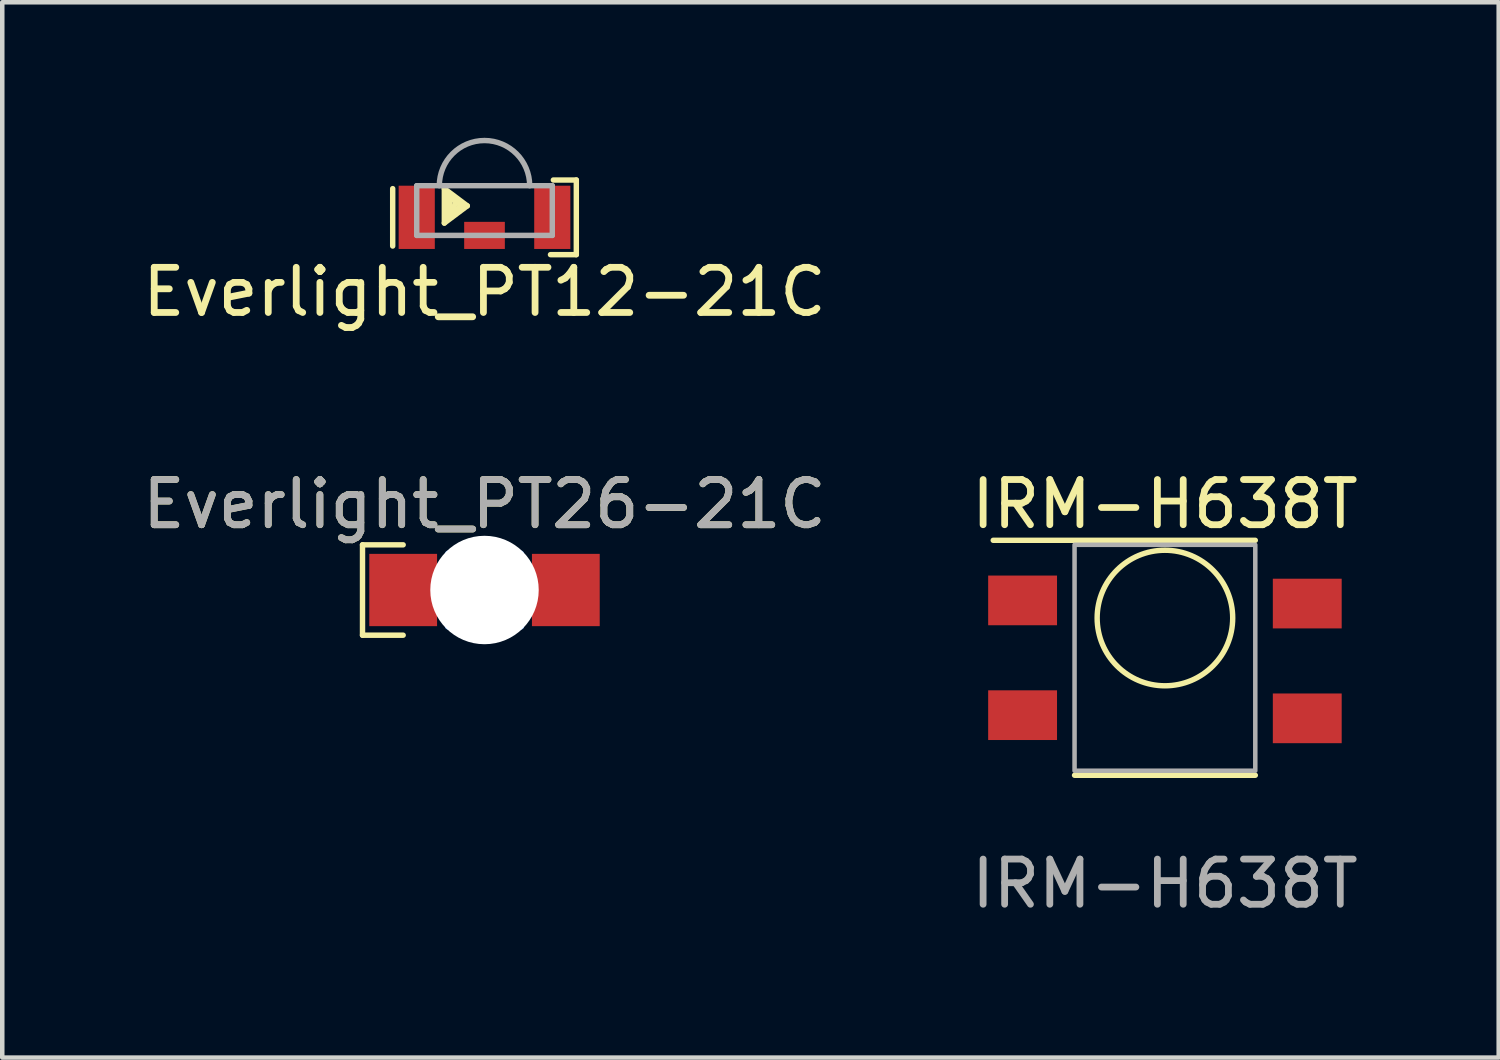
<source format=kicad_pcb>
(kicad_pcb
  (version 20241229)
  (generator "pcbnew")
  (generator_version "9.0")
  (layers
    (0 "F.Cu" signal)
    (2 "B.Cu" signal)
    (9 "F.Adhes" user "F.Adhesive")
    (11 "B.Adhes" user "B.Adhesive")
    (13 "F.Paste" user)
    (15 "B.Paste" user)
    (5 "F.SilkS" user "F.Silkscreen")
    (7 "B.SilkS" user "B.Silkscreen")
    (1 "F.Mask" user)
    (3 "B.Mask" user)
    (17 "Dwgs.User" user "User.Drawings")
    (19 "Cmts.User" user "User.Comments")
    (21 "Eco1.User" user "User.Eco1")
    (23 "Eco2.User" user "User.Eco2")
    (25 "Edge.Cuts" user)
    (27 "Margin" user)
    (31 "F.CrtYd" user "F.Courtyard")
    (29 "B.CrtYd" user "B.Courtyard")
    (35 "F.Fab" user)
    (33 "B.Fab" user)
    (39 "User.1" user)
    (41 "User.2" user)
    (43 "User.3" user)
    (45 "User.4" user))
  (footprint "Everlight_PT26-21C"
    (layer "F.Cu")
    (at 7.673 10.008)
    (property "Reference" "Everlight_PT26-21C" (at 0 -1.9 0) (unlocked yes) (layer "F.SilkS") (effects (font (size 1 1) (thickness 0.15))))
    (fp_line (start -2.7 -1) (end -2.7 1) (stroke (width 0.12) (type solid)) (layer "F.SilkS"))
    (fp_line (start -2.7 1) (end -1.8 1) (stroke (width 0.12) (type solid)) (layer "F.SilkS"))
    (fp_line (start -1.8 -1) (end -2.7 -1) (stroke (width 0.12) (type solid)) (layer "F.SilkS"))
    (fp_line (start -0.8 -0.8) (end -0.8 0.8) (stroke (width 0.152) (type solid)) (layer "Cmts.User"))
    (fp_line (start -0.8 0.8) (end 0.8 0.8) (stroke (width 0.152) (type solid)) (layer "Cmts.User"))
    (fp_line (start 0.8 0.8) (end 0.8 -0.8) (stroke (width 0.152) (type solid)) (layer "Cmts.User"))
    (fp_text user "${REFERENCE}" (at 0 -1.9 0) (unlocked yes) (layer "F.Fab") (effects (font (size 1 1) (thickness 0.15))))
    (pad "" np_thru_hole circle (at 0 0) (size 2.4 2.4) (drill 2.4) (layers "*.Cu" "*.Mask"))
    (pad "1" smd rect (at 1.8 0) (size 1.5 1.6) (layers "F.Cu" "F.Mask"))
    (pad "2" smd rect (at -1.8 0) (size 1.5 1.6) (layers "F.Cu" "F.Mask")))
  (footprint "IRM-H638T"
    (layer "F.Cu")
    (at 22.732 11.508)
    (property "Reference" "IRM-H638T" (at 0 -3.4 0) (unlocked yes) (layer "F.SilkS") (effects (font (size 1 1) (thickness 0.15))))
    (attr through_hole)
    (fp_line (start 2 -2.6) (end -3.8 -2.6) (stroke (width 0.12) (type solid)) (layer "F.SilkS"))
    (fp_line (start 2 2.6) (end -2 2.6) (stroke (width 0.12) (type solid)) (layer "F.SilkS"))
    (fp_circle (center 0 -0.88) (end 1.5 -0.88) (stroke (width 0.12) (type solid)) (fill no) (layer "F.SilkS"))
    (fp_rect (start -2 -2.5) (end 2 2.5) (stroke (width 0.1) (type solid)) (fill no) (layer "F.Fab"))
    (fp_text user "${REFERENCE}" (at 0 5 0) (unlocked yes) (layer "F.Fab") (effects (font (size 1 1) (thickness 0.15))))
    (pad "1" smd rect (at -3.15 -1.27) (size 1.524 1.1) (layers "F.Cu" "F.Mask" "F.Paste"))
    (pad "2" smd rect (at -3.15 1.27) (size 1.524 1.1) (layers "F.Cu" "F.Mask" "F.Paste"))
    (pad "3" smd rect (at 3.15 1.34) (size 1.524 1.1) (layers "F.Cu" "F.Mask" "F.Paste"))
    (pad "4" smd rect (at 3.15 -1.2) (size 1.524 1.1) (layers "F.Cu" "F.Mask" "F.Paste")))
  (footprint "Everlight_PT12-21C"
    (layer "F.Cu")
    (at 7.673 1.76)
    (property "Reference" "Everlight_PT12-21C" (at 0 1.651 0) (layer "F.SilkS") (effects (font (size 1 1) (thickness 0.15))))
    (attr through_hole)
    (fp_line (start -2.032 0.635) (end -2.032 -0.635) (stroke (width 0.12) (type solid)) (layer "F.SilkS"))
    (fp_line (start -0.889 -0.635) (end -0.381 -0.254) (stroke (width 0.12) (type solid)) (layer "F.SilkS"))
    (fp_line (start -0.889 0.127) (end -0.889 -0.635) (stroke (width 0.12) (type solid)) (layer "F.SilkS"))
    (fp_line (start -0.826 -0.572) (end -0.826 0) (stroke (width 0.12) (type solid)) (layer "F.SilkS"))
    (fp_line (start -0.826 0) (end -0.508 -0.254) (stroke (width 0.12) (type solid)) (layer "F.SilkS"))
    (fp_line (start -0.762 -0.445) (end -0.762 -0.064) (stroke (width 0.12) (type solid)) (layer "F.SilkS"))
    (fp_line (start -0.762 -0.064) (end -0.635 -0.318) (stroke (width 0.12) (type solid)) (layer "F.SilkS"))
    (fp_line (start -0.508 -0.254) (end -0.762 -0.445) (stroke (width 0.12) (type solid)) (layer "F.SilkS"))
    (fp_line (start -0.381 -0.254) (end -0.889 0.127) (stroke (width 0.12) (type solid)) (layer "F.SilkS"))
    (fp_line (start 1.524 -0.826) (end 2.032 -0.826) (stroke (width 0.12) (type solid)) (layer "F.SilkS"))
    (fp_line (start 2.032 -0.826) (end 2.032 0.826) (stroke (width 0.12) (type solid)) (layer "F.SilkS"))
    (fp_line (start 2.032 0.826) (end 1.46 0.826) (stroke (width 0.12) (type solid)) (layer "F.SilkS"))
    (fp_line (start -1.5 -0.7) (end -1.5 0.4) (stroke (width 0.12) (type solid)) (layer "F.Fab"))
    (fp_line (start -1.5 -0.7) (end 1.5 -0.7) (stroke (width 0.12) (type solid)) (layer "F.Fab"))
    (fp_line (start -1.5 0.4) (end 1.5 0.4) (stroke (width 0.12) (type solid)) (layer "F.Fab"))
    (fp_line (start 1.5 -0.7) (end 1.5 0.4) (stroke (width 0.12) (type solid)) (layer "F.Fab"))
    (fp_arc (start -1 -0.7) (mid 0 -1.7) (end 1 -0.7) (stroke (width 0.12) (type solid)) (layer "F.Fab"))
    (pad "" smd rect (at 0 0.4 90) (size 0.6 0.9) (layers "F.Cu" "F.Mask" "F.Paste"))
    (pad "1" smd rect (at 1.5 0 90) (size 1.4 0.8) (layers "F.Cu" "F.Mask" "F.Paste"))
    (pad "2" smd rect (at -1.5 0 90) (size 1.4 0.8) (layers "F.Cu" "F.Mask" "F.Paste")))
  (gr_rect
    (start -3 -3)
    (end 30.119 20.356)
    (stroke (width 0.1) (type default))
    (fill no)
    (layer "Edge.Cuts")))
</source>
